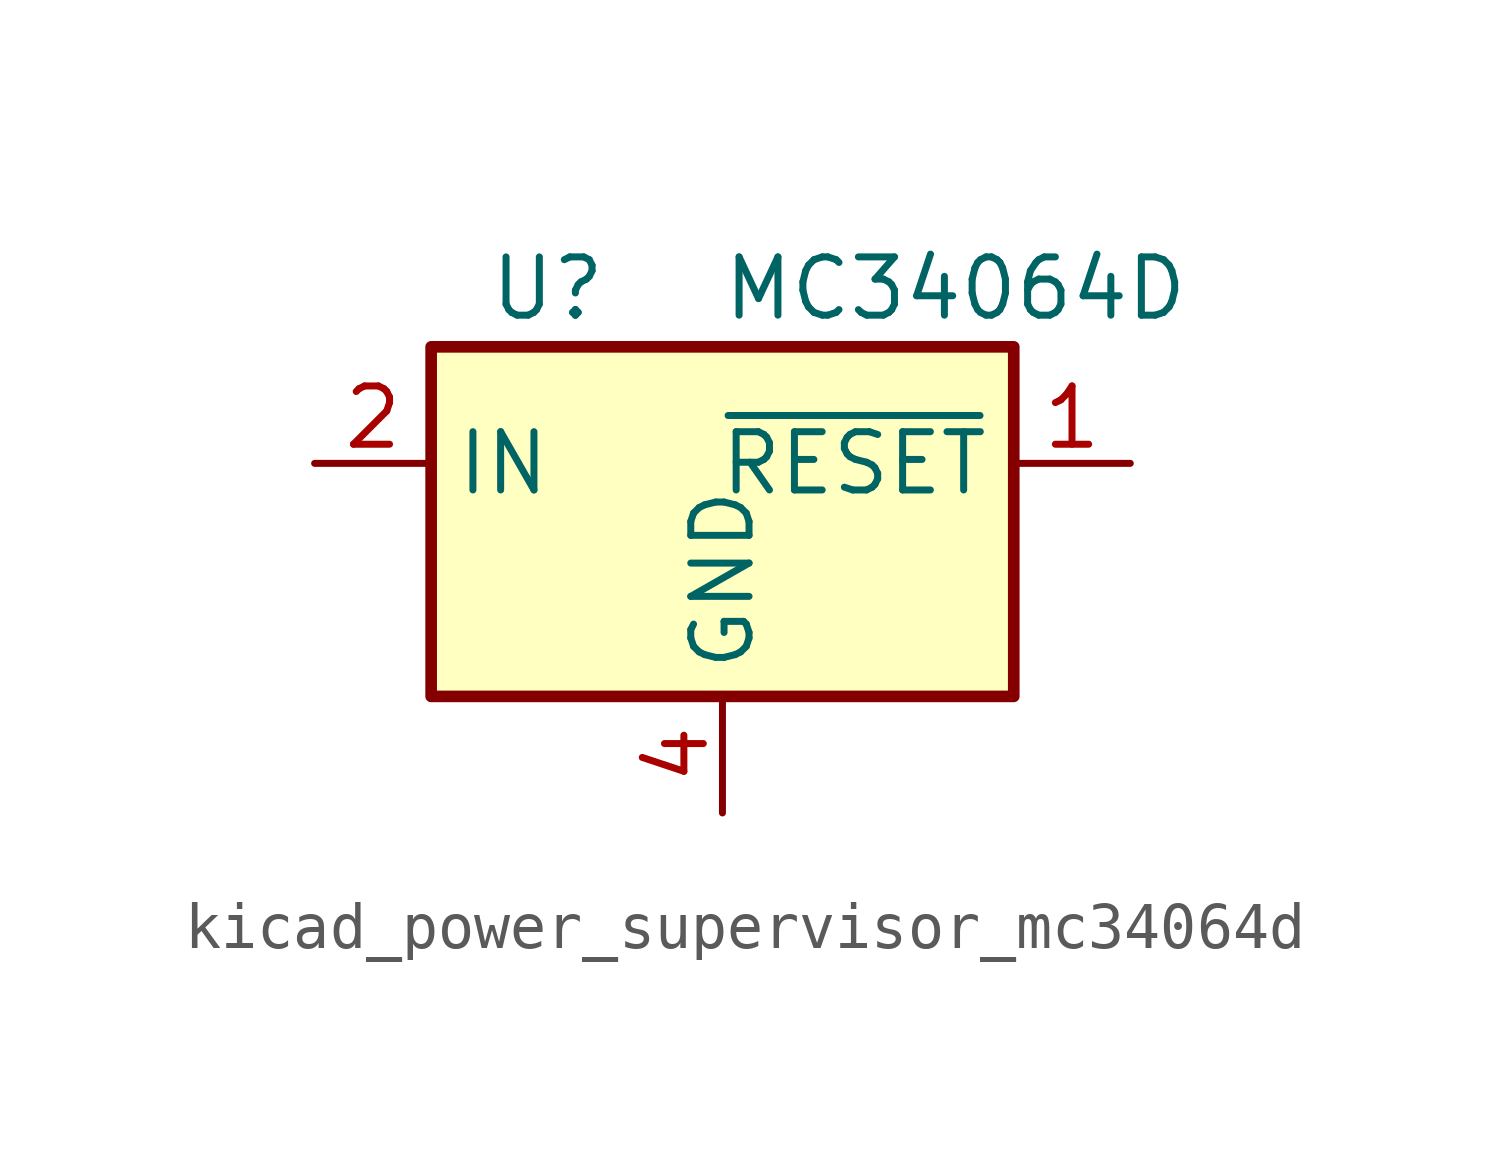
<source format=kicad_sym>
(kicad_symbol_lib
  (version 20220914)
  (generator kicad_symbol_editor)
  (symbol "kicad_power_supervisor_mc34064d"
    (property "Reference" "U"
      (at -3.81 5.08 0)
      (effects (font (size 1.27 1.27))))
    (property "Value" "MC34064D"
      (at 5.08 5.08 0)
      (effects (font (size 1.27 1.27))))
    (symbol "kicad_power_supervisor_mc34064d_0_1"
      (rectangle (start -6.35 -3.81) (end 6.35 3.81) (stroke (width 0.254) (type default)) (fill (type background))))
    (symbol "kicad_power_supervisor_mc34064d_1_1"
      (pin open_collector line (at 8.89 1.27 180) (length 2.54) (name "~{RESET}" (effects (font (size 1.27 1.27)))) (number "1" (effects (font (size 1.27 1.27)))))
      (pin input line (at -8.89 1.27 0) (length 2.54) (name "IN" (effects (font (size 1.27 1.27)))) (number "2" (effects (font (size 1.27 1.27)))))
      (pin no_connect line (at 6.35 -2.54 180) (length 2.54) hide (name "NC" (effects (font (size 1.27 1.27)))) (number "3" (effects (font (size 1.27 1.27)))))
      (pin power_in line (at 0 -6.35 90) (length 2.54) (name "GND" (effects (font (size 1.27 1.27)))) (number "4" (effects (font (size 1.27 1.27)))))
      (pin no_connect line (at 0 3.81 270) (length 2.54) hide (name "NC" (effects (font (size 1.27 1.27)))) (number "5" (effects (font (size 1.27 1.27)))))
      (pin no_connect line (at 2.54 3.81 270) (length 2.54) hide (name "NC" (effects (font (size 1.27 1.27)))) (number "6" (effects (font (size 1.27 1.27)))))
      (pin no_connect line (at -6.35 -2.54 0) (length 2.54) hide (name "NC" (effects (font (size 1.27 1.27)))) (number "7" (effects (font (size 1.27 1.27)))))
      (pin no_connect line (at -2.54 3.81 270) (length 2.54) hide (name "NC" (effects (font (size 1.27 1.27)))) (number "8" (effects (font (size 1.27 1.27))))))))
</source>
